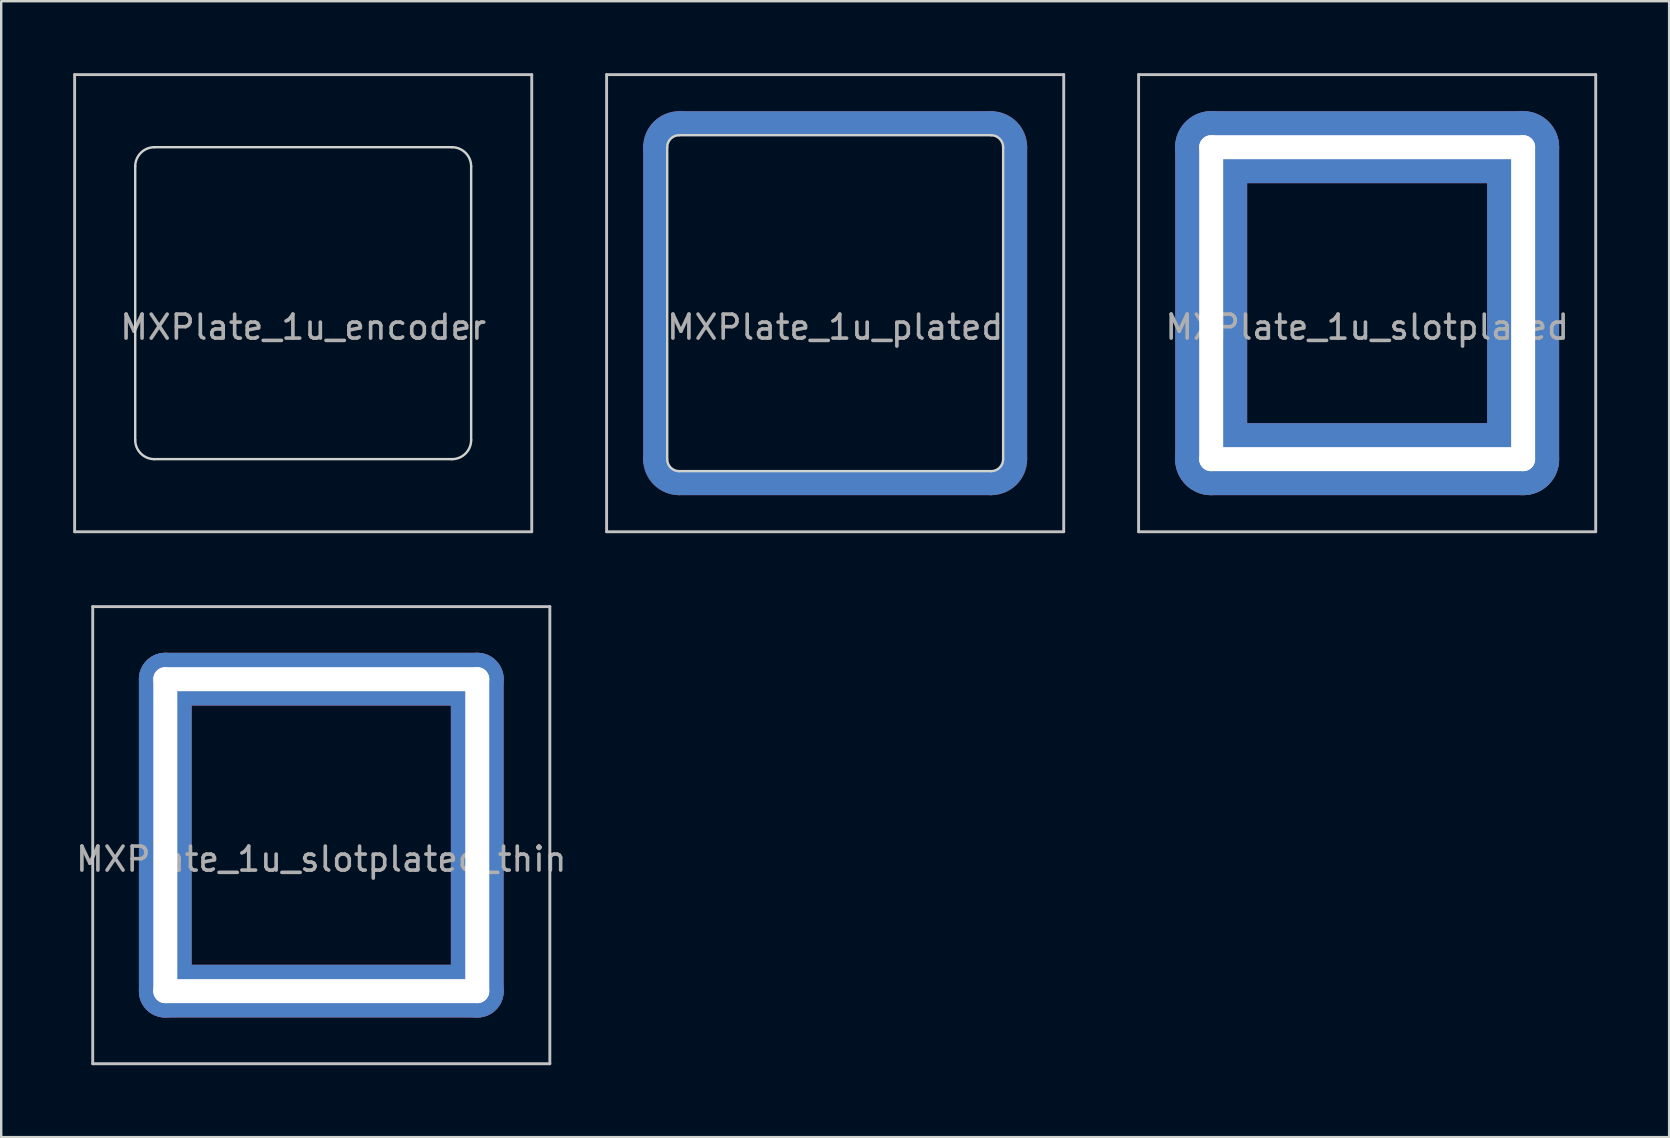
<source format=kicad_pcb>
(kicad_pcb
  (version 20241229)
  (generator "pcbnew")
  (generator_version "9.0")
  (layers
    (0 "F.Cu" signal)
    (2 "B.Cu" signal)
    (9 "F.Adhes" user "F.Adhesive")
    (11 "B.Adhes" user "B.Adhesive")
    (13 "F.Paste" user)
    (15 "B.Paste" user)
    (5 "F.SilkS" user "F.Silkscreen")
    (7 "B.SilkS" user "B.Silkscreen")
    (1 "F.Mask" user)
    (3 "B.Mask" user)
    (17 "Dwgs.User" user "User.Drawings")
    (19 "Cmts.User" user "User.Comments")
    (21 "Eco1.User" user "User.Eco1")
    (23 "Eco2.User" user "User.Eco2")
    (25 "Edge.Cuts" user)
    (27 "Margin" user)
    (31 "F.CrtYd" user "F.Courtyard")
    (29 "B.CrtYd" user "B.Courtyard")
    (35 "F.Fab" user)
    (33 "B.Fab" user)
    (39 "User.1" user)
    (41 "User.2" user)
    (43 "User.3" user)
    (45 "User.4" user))
  (footprint "MXPlate_1u_plated"
    (layer "F.Cu")
    (at 31.755 9.585)
    (property "Reference" "MXPlate_1u_plated" (at 0 1 0) (layer "F.Fab") (effects (font (size 1 1) (thickness 0.15))))
    (attr through_hole)
    (fp_line (start -7.5 -6.5) (end -7.5 6.5) (stroke (width 1) (type solid)) (layer "F.Cu"))
    (fp_line (start -6.5 7.5) (end 6.5 7.5) (stroke (width 1) (type solid)) (layer "F.Cu"))
    (fp_line (start 6.5 -7.5) (end -6.5 -7.5) (stroke (width 1) (type solid)) (layer "F.Cu"))
    (fp_line (start 7.5 6.5) (end 7.5 -6.5) (stroke (width 1) (type solid)) (layer "F.Cu"))
    (fp_arc (start -7.5 -6.500001) (mid -7.207106 -7.207107) (end -6.499999 -7.5) (stroke (width 1) (type solid)) (layer "F.Cu"))
    (fp_arc (start -6.5 7.5) (mid -7.207107 7.207107) (end -7.5 6.5) (stroke (width 1) (type solid)) (layer "F.Cu"))
    (fp_arc (start 6.5 -7.5) (mid 7.207107 -7.207107) (end 7.5 -6.5) (stroke (width 1) (type solid)) (layer "F.Cu"))
    (fp_arc (start 7.499999 6.5) (mid 7.207106 7.207106) (end 6.5 7.499999) (stroke (width 1) (type solid)) (layer "F.Cu"))
    (fp_line (start -7.5 -6.5) (end -7.5 6.5) (stroke (width 1) (type solid)) (layer "F.Mask"))
    (fp_line (start -6.5 7.5) (end 6.5 7.5) (stroke (width 1) (type solid)) (layer "F.Mask"))
    (fp_line (start 6.5 -7.5) (end -6.5 -7.5) (stroke (width 1) (type solid)) (layer "F.Mask"))
    (fp_line (start 7.5 6.5) (end 7.5 -6.5) (stroke (width 1) (type solid)) (layer "F.Mask"))
    (fp_arc (start -7.5 -6.500001) (mid -7.207106 -7.207107) (end -6.499999 -7.5) (stroke (width 1) (type solid)) (layer "F.Mask"))
    (fp_arc (start -6.5 7.5) (mid -7.207107 7.207107) (end -7.5 6.5) (stroke (width 1) (type solid)) (layer "F.Mask"))
    (fp_arc (start 6.5 -7.5) (mid 7.207107 -7.207107) (end 7.5 -6.5) (stroke (width 1) (type solid)) (layer "F.Mask"))
    (fp_arc (start 7.499999 6.5) (mid 7.207106 7.207106) (end 6.5 7.499999) (stroke (width 1) (type solid)) (layer "F.Mask"))
    (fp_line (start -7.5 6.5) (end -7.5 -6.5) (stroke (width 1) (type solid)) (layer "B.Cu"))
    (fp_line (start -6.5 -7.5) (end 6.5 -7.5) (stroke (width 1) (type solid)) (layer "B.Cu"))
    (fp_line (start 6.5 7.5) (end -6.5 7.5) (stroke (width 1) (type solid)) (layer "B.Cu"))
    (fp_line (start 7.5 -6.5) (end 7.5 6.5) (stroke (width 1) (type solid)) (layer "B.Cu"))
    (fp_arc (start -7.5 -6.5) (mid -7.207107 -7.207107) (end -6.5 -7.5) (stroke (width 1) (type solid)) (layer "B.Cu"))
    (fp_arc (start -6.5 7.499999) (mid -7.207106 7.207106) (end -7.499999 6.5) (stroke (width 1) (type solid)) (layer "B.Cu"))
    (fp_arc (start 6.499999 -7.5) (mid 7.207106 -7.207107) (end 7.5 -6.500001) (stroke (width 1) (type solid)) (layer "B.Cu"))
    (fp_arc (start 7.5 6.5) (mid 7.207107 7.207107) (end 6.5 7.5) (stroke (width 1) (type solid)) (layer "B.Cu"))
    (fp_line (start -7.5 -6.5) (end -7.5 6.5) (stroke (width 1) (type solid)) (layer "B.Mask"))
    (fp_line (start -6.5 7.5) (end 6.5 7.5) (stroke (width 1) (type solid)) (layer "B.Mask"))
    (fp_line (start 6.5 -7.5) (end -6.5 -7.5) (stroke (width 1) (type solid)) (layer "B.Mask"))
    (fp_line (start 7.5 6.5) (end 7.5 -6.5) (stroke (width 1) (type solid)) (layer "B.Mask"))
    (fp_arc (start -7.500002 -6.500003) (mid -7.207107 -7.207109) (end -6.499999 -7.5) (stroke (width 1) (type solid)) (layer "B.Mask"))
    (fp_arc (start -6.500003 7.500003) (mid -7.207109 7.207108) (end -7.5 6.5) (stroke (width 1) (type solid)) (layer "B.Mask"))
    (fp_arc (start 6.500003 -7.500003) (mid 7.207109 -7.207108) (end 7.5 -6.5) (stroke (width 1) (type solid)) (layer "B.Mask"))
    (fp_arc (start 7.500001 6.500002) (mid 7.207107 7.207107) (end 6.5 7.499999) (stroke (width 1) (type solid)) (layer "B.Mask"))
    (fp_line (start -9.525 -9.525) (end -9.525 9.525) (stroke (width 0.12) (type solid)) (layer "Dwgs.User"))
    (fp_line (start -9.525 -9.525) (end 9.525 -9.525) (stroke (width 0.12) (type solid)) (layer "Dwgs.User"))
    (fp_line (start -9.525 9.525) (end 9.525 9.525) (stroke (width 0.12) (type solid)) (layer "Dwgs.User"))
    (fp_line (start 9.525 9.525) (end 9.525 -9.525) (stroke (width 0.12) (type solid)) (layer "Dwgs.User"))
    (fp_line (start -7 -6.5) (end -7 6.5) (stroke (width 0.1) (type solid)) (layer "Edge.Cuts"))
    (fp_line (start -6.5 7) (end 6.5 7) (stroke (width 0.1) (type solid)) (layer "Edge.Cuts"))
    (fp_line (start 6.5 -7) (end -6.5 -7) (stroke (width 0.1) (type solid)) (layer "Edge.Cuts"))
    (fp_line (start 7 6.5) (end 7 -6.5) (stroke (width 0.1) (type solid)) (layer "Edge.Cuts"))
    (fp_arc (start -7 -6.500001) (mid -6.853553 -6.853554) (end -6.499999 -7) (stroke (width 0.1) (type solid)) (layer "Edge.Cuts"))
    (fp_arc (start -6.5 7) (mid -6.853553 6.853553) (end -7 6.5) (stroke (width 0.1) (type solid)) (layer "Edge.Cuts"))
    (fp_arc (start 6.5 -7) (mid 6.853553 -6.853553) (end 7 -6.5) (stroke (width 0.1) (type solid)) (layer "Edge.Cuts"))
    (fp_arc (start 6.999999 6.5) (mid 6.853553 6.853553) (end 6.5 6.999999) (stroke (width 0.1) (type solid)) (layer "Edge.Cuts")))
  (footprint "MXPlate_1u_slotplated"
    (layer "F.Cu")
    (at 53.925 9.585)
    (property "Reference" "MXPlate_1u_slotplated" (at 0 1 0) (layer "F.Fab") (effects (font (size 1 1) (thickness 0.15))))
    (attr through_hole)
    (fp_line (start -9.525 -9.525) (end -9.525 9.525) (stroke (width 0.12) (type solid)) (layer "Dwgs.User"))
    (fp_line (start -9.525 -9.525) (end 9.525 -9.525) (stroke (width 0.12) (type solid)) (layer "Dwgs.User"))
    (fp_line (start -9.525 9.525) (end 9.525 9.525) (stroke (width 0.12) (type solid)) (layer "Dwgs.User"))
    (fp_line (start 9.525 9.525) (end 9.525 -9.525) (stroke (width 0.12) (type solid)) (layer "Dwgs.User"))
    (pad "" thru_hole oval (at -6.5 0) (size 3 16) (drill oval 1 14) (layers "*.Cu" "*.Mask"))
    (pad "" thru_hole oval (at 0 -6.5 270) (size 3 16) (drill oval 1 14) (layers "*.Cu" "*.Mask"))
    (pad "" thru_hole oval (at 0 6.5 90) (size 3 16) (drill oval 1 14) (layers "*.Cu" "*.Mask"))
    (pad "" thru_hole oval (at 6.5 0 180) (size 3 16) (drill oval 1 14) (layers "*.Cu" "*.Mask")))
  (footprint "MXPlate_1u_slotplated_thin"
    (layer "F.Cu")
    (at 10.339 31.755)
    (property "Reference" "MXPlate_1u_slotplated_thin" (at 0 1 0) (layer "F.Fab") (effects (font (size 1 1) (thickness 0.15))))
    (attr through_hole)
    (fp_line (start -9.525 -9.525) (end -9.525 9.525) (stroke (width 0.12) (type solid)) (layer "Dwgs.User"))
    (fp_line (start -9.525 -9.525) (end 9.525 -9.525) (stroke (width 0.12) (type solid)) (layer "Dwgs.User"))
    (fp_line (start -9.525 9.525) (end 9.525 9.525) (stroke (width 0.12) (type solid)) (layer "Dwgs.User"))
    (fp_line (start 9.525 9.525) (end 9.525 -9.525) (stroke (width 0.12) (type solid)) (layer "Dwgs.User"))
    (pad "" thru_hole oval (at -6.5 0) (size 2.2 15.2) (drill oval 1 14) (layers "*.Cu" "*.Mask"))
    (pad "" thru_hole oval (at 0 -6.5 270) (size 2.2 15.2) (drill oval 1 14) (layers "*.Cu" "*.Mask"))
    (pad "" thru_hole oval (at 0 6.5 90) (size 2.2 15.2) (drill oval 1 14) (layers "*.Cu" "*.Mask"))
    (pad "" thru_hole oval (at 6.5 0 180) (size 2.2 15.2) (drill oval 1 14) (layers "*.Cu" "*.Mask")))
  (footprint "MXPlate_1u_encoder"
    (layer "F.Cu")
    (at 9.585 9.585)
    (property "Reference" "MXPlate_1u_encoder" (at 0 1 0) (layer "F.Fab") (effects (font (size 1 1) (thickness 0.15))))
    (attr through_hole)
    (fp_line (start -9.525 -9.525) (end -9.525 9.525) (stroke (width 0.12) (type solid)) (layer "Dwgs.User"))
    (fp_line (start -9.525 -9.525) (end 9.525 -9.525) (stroke (width 0.12) (type solid)) (layer "Dwgs.User"))
    (fp_line (start -9.525 9.525) (end 9.525 9.525) (stroke (width 0.12) (type solid)) (layer "Dwgs.User"))
    (fp_line (start 9.525 9.525) (end 9.525 -9.525) (stroke (width 0.12) (type solid)) (layer "Dwgs.User"))
    (fp_line (start -7 -5.7) (end -7 5.7) (stroke (width 0.1) (type solid)) (layer "Edge.Cuts"))
    (fp_line (start -6.2 6.5) (end 6.2 6.5) (stroke (width 0.1) (type solid)) (layer "Edge.Cuts"))
    (fp_line (start 6.2 -6.5) (end -6.2 -6.5) (stroke (width 0.1) (type solid)) (layer "Edge.Cuts"))
    (fp_line (start 7 5.7) (end 7 -5.7) (stroke (width 0.1) (type solid)) (layer "Edge.Cuts"))
    (fp_arc (start -7 -5.7) (mid -6.765685 -6.265685) (end -6.2 -6.5) (stroke (width 0.1) (type solid)) (layer "Edge.Cuts"))
    (fp_arc (start -6.2 6.5) (mid -6.765685 6.265685) (end -7 5.7) (stroke (width 0.1) (type solid)) (layer "Edge.Cuts"))
    (fp_arc (start 6.2 -6.5) (mid 6.765685 -6.265685) (end 7 -5.7) (stroke (width 0.1) (type solid)) (layer "Edge.Cuts"))
    (fp_arc (start 7 5.7) (mid 6.765685 6.265685) (end 6.2 6.5) (stroke (width 0.1) (type solid)) (layer "Edge.Cuts")))
  (gr_rect
    (start -3 -3)
    (end 66.51 44.34)
    (stroke (width 0.1) (type default))
    (fill no)
    (layer "Edge.Cuts")))
</source>
